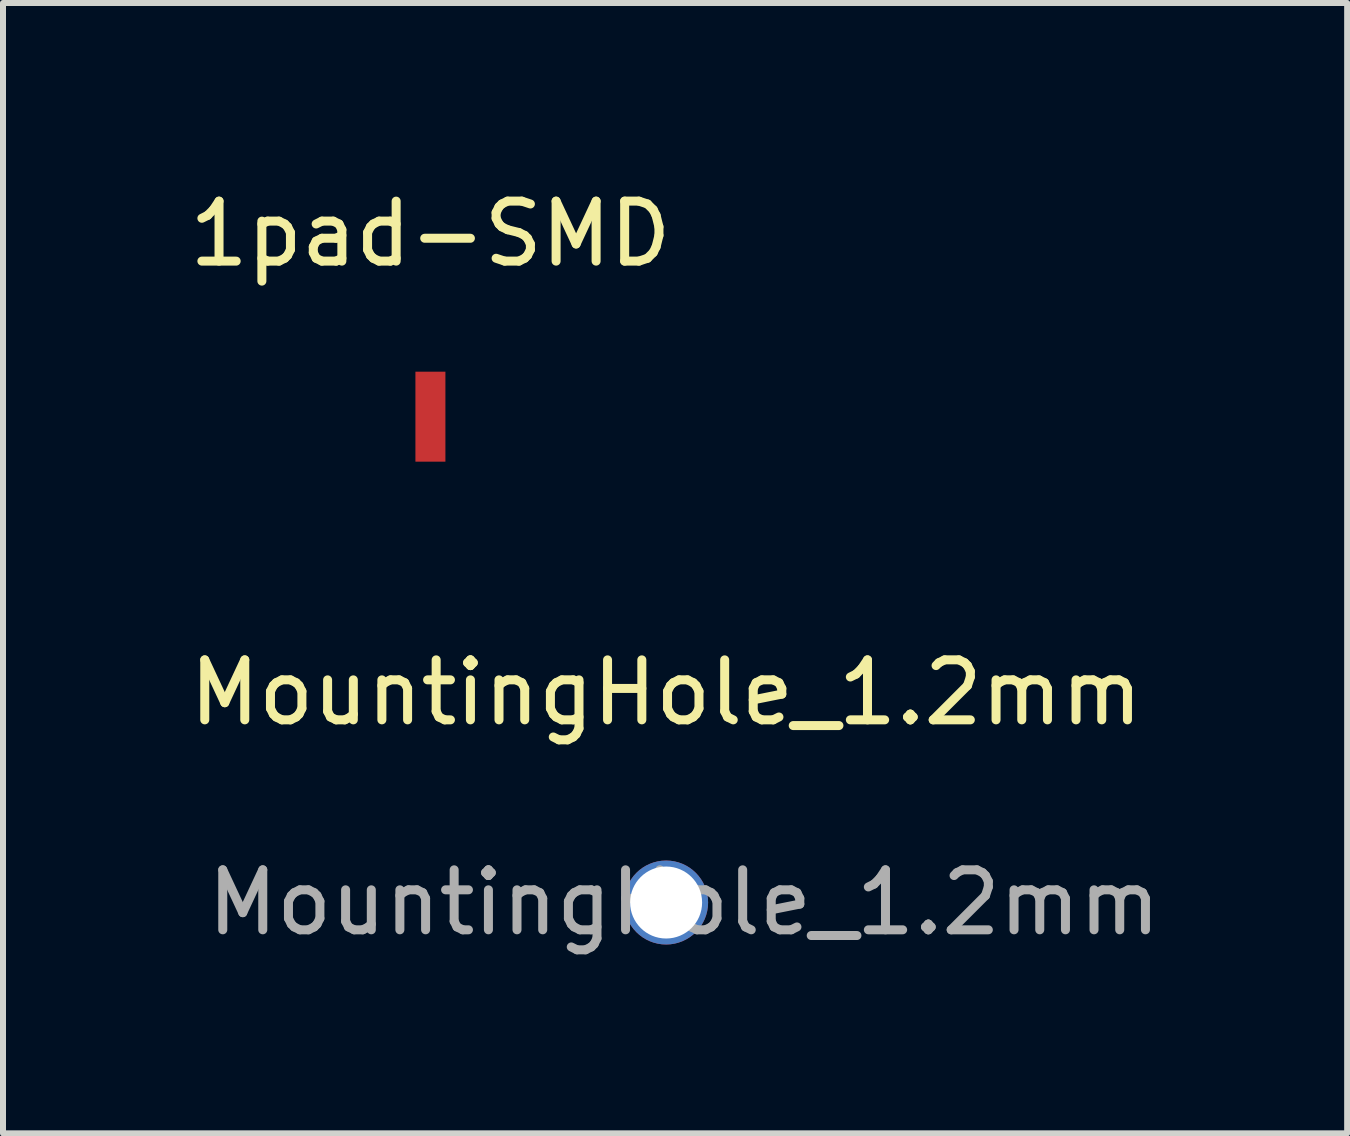
<source format=kicad_pcb>
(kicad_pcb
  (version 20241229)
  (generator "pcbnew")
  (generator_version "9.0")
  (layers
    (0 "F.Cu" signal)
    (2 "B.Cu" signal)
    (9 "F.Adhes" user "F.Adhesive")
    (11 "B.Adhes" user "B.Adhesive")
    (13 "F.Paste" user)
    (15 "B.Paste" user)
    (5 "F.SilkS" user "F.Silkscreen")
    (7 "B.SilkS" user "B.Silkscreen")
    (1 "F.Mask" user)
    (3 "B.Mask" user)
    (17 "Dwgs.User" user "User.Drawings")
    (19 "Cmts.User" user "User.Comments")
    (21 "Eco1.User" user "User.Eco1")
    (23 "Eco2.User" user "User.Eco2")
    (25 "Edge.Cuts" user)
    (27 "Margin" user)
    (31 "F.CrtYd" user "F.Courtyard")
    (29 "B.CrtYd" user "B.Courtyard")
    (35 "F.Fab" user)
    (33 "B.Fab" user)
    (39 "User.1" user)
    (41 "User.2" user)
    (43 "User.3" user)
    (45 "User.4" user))
  (footprint "MountingHole_1.2mm"
    (layer "F.Cu")
    (at 8.054 11.995)
    (property "Reference" "MountingHole_1.2mm" (at 0 -3.5 0) (layer "F.SilkS") (effects (font (size 1 1) (thickness 0.15))))
    (attr exclude_from_pos_files exclude_from_bom)
    (fp_text user "${REFERENCE}" (at 0.3 0 0) (layer "F.Fab") (effects (font (size 1 1) (thickness 0.15))))
    (pad "" thru_hole circle (at 0 0) (size 1.4 1.4) (drill 1.2) (layers "*.Cu" "*.Mask")))
  (footprint "1pad-SMD"
    (layer "F.Cu")
    (at 4.125 3.896)
    (property "Reference" "1pad-SMD" (at 0 -3.048 0) (layer "F.SilkS") (effects (font (size 1 1) (thickness 0.15))))
    (attr through_hole)
    (pad "1" smd rect (at 0 0) (size 0.5 1.5) (layers "F.Cu" "F.Mask" "F.Paste")))
  (gr_rect
    (start -3 -3)
    (end 19.407 15.843)
    (stroke (width 0.1) (type default))
    (fill no)
    (layer "Edge.Cuts")))
</source>
